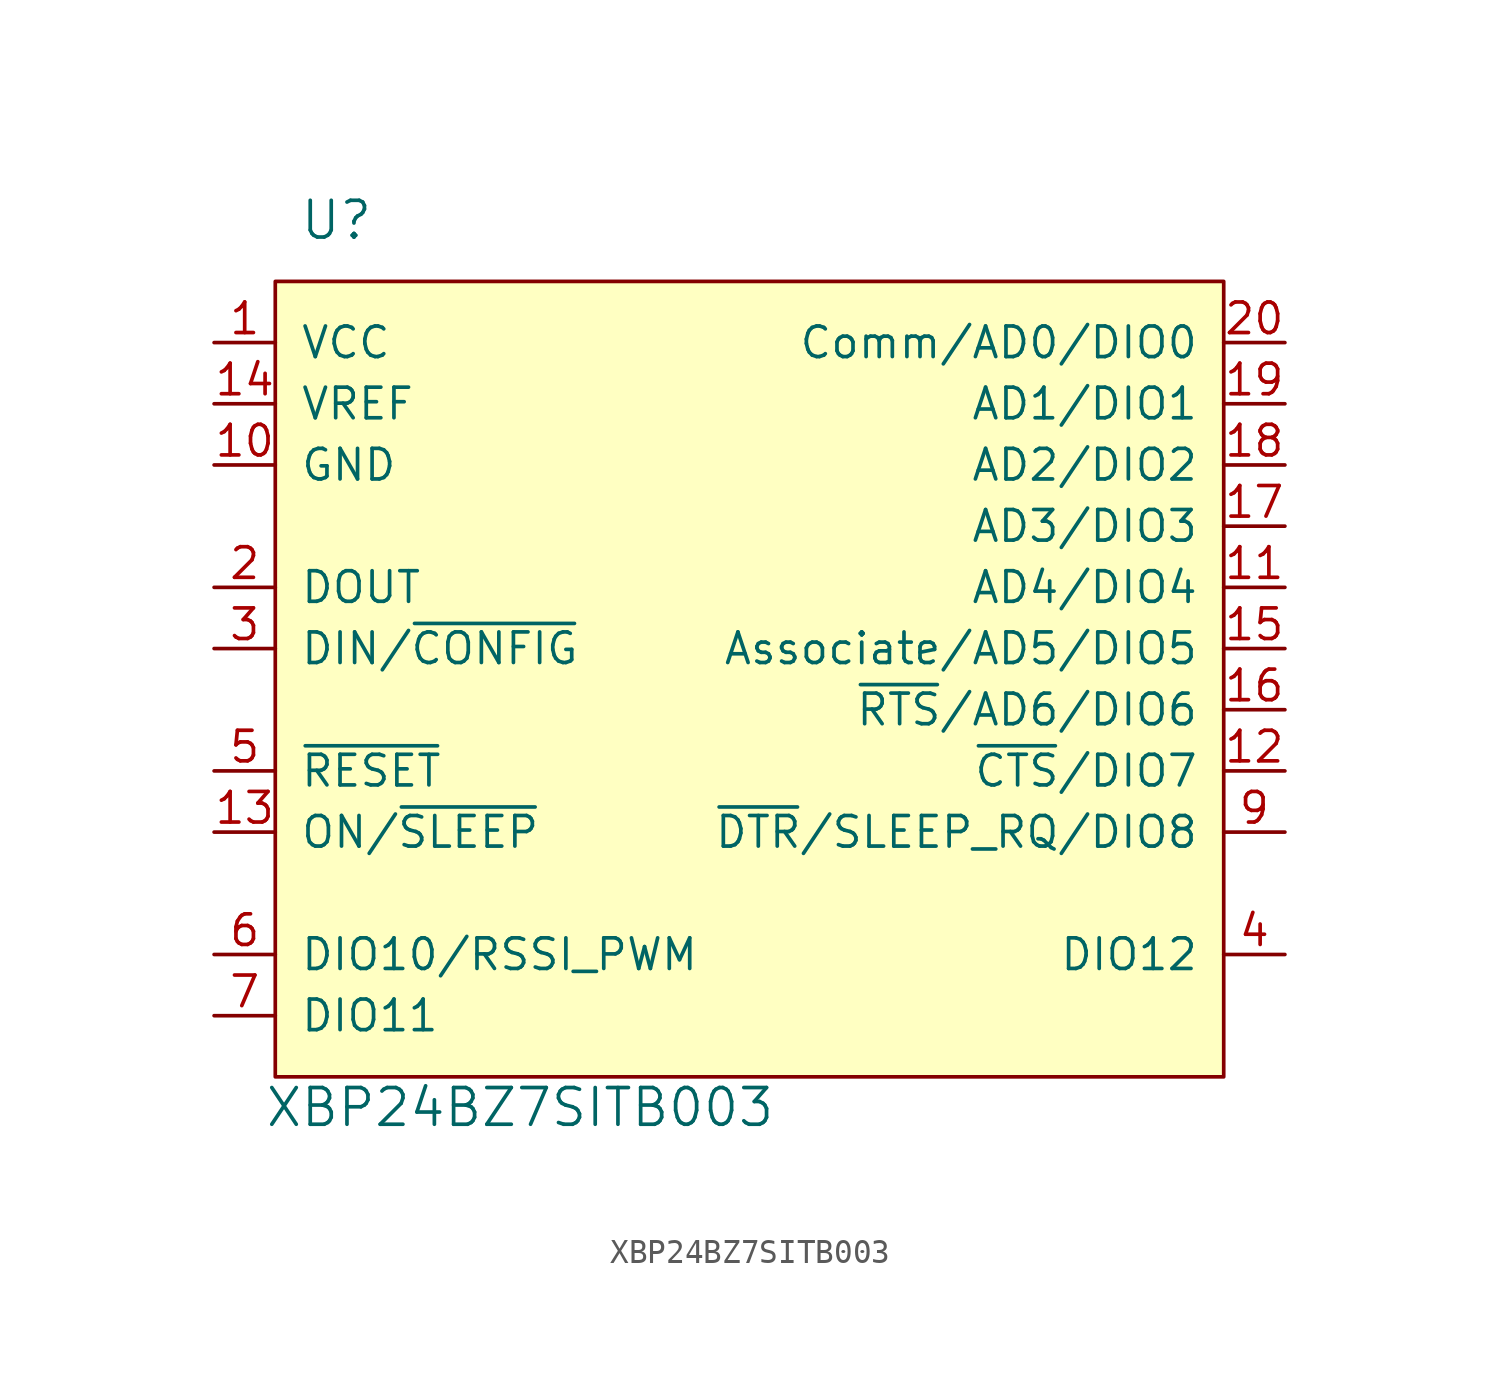
<source format=kicad_sym>
(kicad_symbol_lib
  (version 20211014)
  (generator kicad_symbol_editor)
  (symbol "XBP24BZ7SITB003"
    (pin_names
      (offset 1.016))
    (property "Reference" "U"
      (at -16.51 35.56 0)
      (effects (font (size 1.524 1.524))))
    (property "Value" "XBP24BZ7SITB003"
      (at -8.89 -1.27 0)
      (effects (font (size 1.524 1.524))))
    (symbol "XBP24BZ7SITB003_1_1"
      (rectangle (start 20.32 33.02) (end -19.05 0) (stroke (width 0) (type default) (color 0 0 0 0)) (fill (type background)))
      (pin input line (at -21.59 30.48 0) (length 2.54) (name "VCC" (effects (font (size 1.27 1.27)))) (number "1" (effects (font (size 1.27 1.27)))))
      (pin input line (at -21.59 25.4 0) (length 2.54) (name "GND" (effects (font (size 1.27 1.27)))) (number "10" (effects (font (size 1.27 1.27)))))
      (pin input line (at 22.86 20.32 180) (length 2.54) (name "AD4/DIO4" (effects (font (size 1.27 1.27)))) (number "11" (effects (font (size 1.27 1.27)))))
      (pin input line (at 22.86 12.7 180) (length 2.54) (name "~{CTS}/DIO7" (effects (font (size 1.27 1.27)))) (number "12" (effects (font (size 1.27 1.27)))))
      (pin input line (at -21.59 10.16 0) (length 2.54) (name "ON/~{SLEEP}" (effects (font (size 1.27 1.27)))) (number "13" (effects (font (size 1.27 1.27)))))
      (pin input line (at -21.59 27.94 0) (length 2.54) (name "VREF" (effects (font (size 1.27 1.27)))) (number "14" (effects (font (size 1.27 1.27)))))
      (pin input line (at 22.86 17.78 180) (length 2.54) (name "Associate/AD5/DIO5" (effects (font (size 1.27 1.27)))) (number "15" (effects (font (size 1.27 1.27)))))
      (pin input line (at 22.86 15.24 180) (length 2.54) (name "~{RTS}/AD6/DIO6" (effects (font (size 1.27 1.27)))) (number "16" (effects (font (size 1.27 1.27)))))
      (pin input line (at 22.86 22.86 180) (length 2.54) (name "AD3/DIO3" (effects (font (size 1.27 1.27)))) (number "17" (effects (font (size 1.27 1.27)))))
      (pin input line (at 22.86 25.4 180) (length 2.54) (name "AD2/DIO2" (effects (font (size 1.27 1.27)))) (number "18" (effects (font (size 1.27 1.27)))))
      (pin input line (at 22.86 27.94 180) (length 2.54) (name "AD1/DIO1" (effects (font (size 1.27 1.27)))) (number "19" (effects (font (size 1.27 1.27)))))
      (pin input line (at -21.59 20.32 0) (length 2.54) (name "DOUT" (effects (font (size 1.27 1.27)))) (number "2" (effects (font (size 1.27 1.27)))))
      (pin input line (at 22.86 30.48 180) (length 2.54) (name "Comm/AD0/DIO0" (effects (font (size 1.27 1.27)))) (number "20" (effects (font (size 1.27 1.27)))))
      (pin input line (at -21.59 17.78 0) (length 2.54) (name "DIN/~{CONFIG}" (effects (font (size 1.27 1.27)))) (number "3" (effects (font (size 1.27 1.27)))))
      (pin input line (at 22.86 5.08 180) (length 2.54) (name "DIO12" (effects (font (size 1.27 1.27)))) (number "4" (effects (font (size 1.27 1.27)))))
      (pin input line (at -21.59 12.7 0) (length 2.54) (name "~{RESET}" (effects (font (size 1.27 1.27)))) (number "5" (effects (font (size 1.27 1.27)))))
      (pin input line (at -21.59 5.08 0) (length 2.54) (name "DIO10/RSSI_PWM" (effects (font (size 1.27 1.27)))) (number "6" (effects (font (size 1.27 1.27)))))
      (pin input line (at -21.59 2.54 0) (length 2.54) (name "DIO11" (effects (font (size 1.27 1.27)))) (number "7" (effects (font (size 1.27 1.27)))))
      (pin input line (at 22.86 10.16 180) (length 2.54) (name "~{DTR}/SLEEP_RQ/DIO8" (effects (font (size 1.27 1.27)))) (number "9" (effects (font (size 1.27 1.27))))))))
</source>
